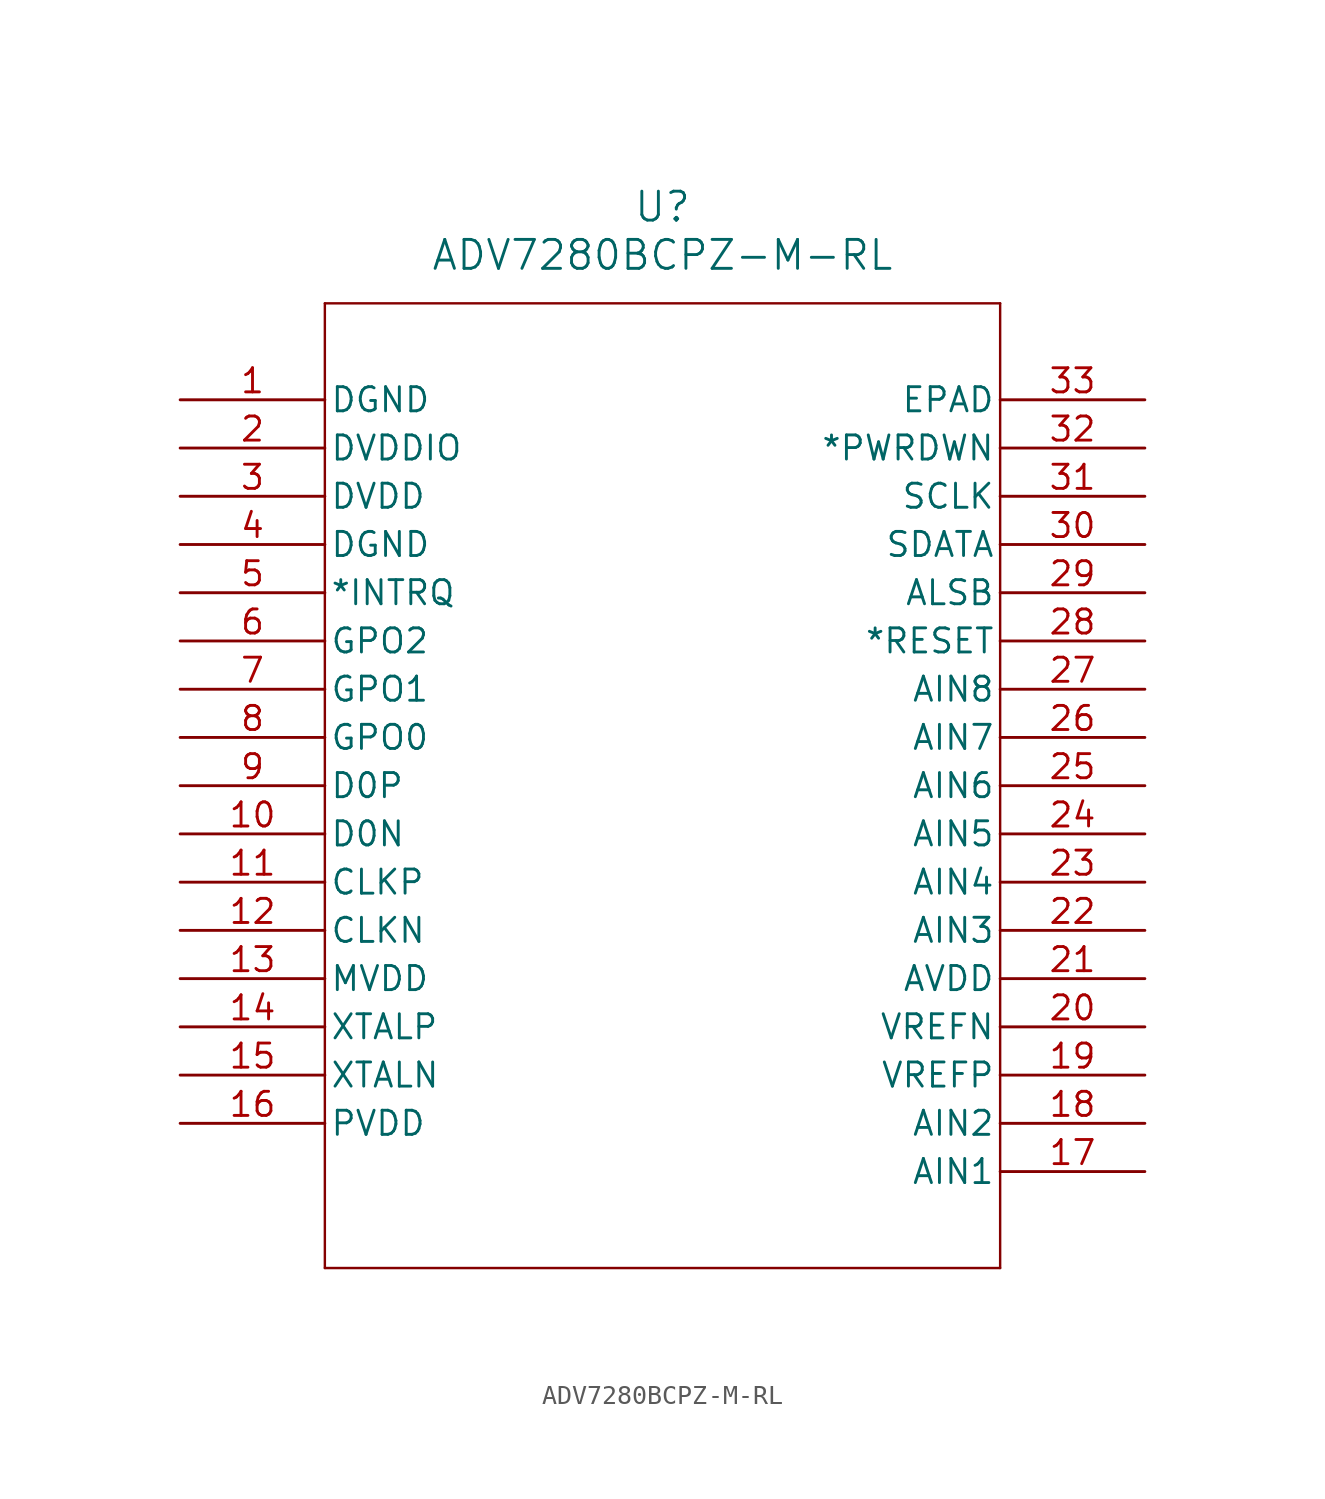
<source format=kicad_sym>
(kicad_symbol_lib
  (version 20211014)
  (generator kicad_symbol_editor)
  (symbol "ADV7280BCPZ-M-RL"
    (pin_names
      (offset 0.254))
    (property "Reference" "U"
      (at 25.4 10.16 0)
      (effects (font (size 1.524 1.524))))
    (property "Value" "ADV7280BCPZ-M-RL"
      (at 25.4 7.62 0)
      (effects (font (size 1.524 1.524))))
    (symbol "ADV7280BCPZ-M-RL_0_1"
      (polyline (pts (xy 7.62 5.08) (xy 7.62 -45.72)) (stroke (width 0.127) (type default) (color 0 0 0 0)) (fill (type none)))
      (polyline (pts (xy 7.62 -45.72) (xy 43.18 -45.72)) (stroke (width 0.127) (type default) (color 0 0 0 0)) (fill (type none)))
      (polyline (pts (xy 43.18 -45.72) (xy 43.18 5.08)) (stroke (width 0.127) (type default) (color 0 0 0 0)) (fill (type none)))
      (polyline (pts (xy 43.18 5.08) (xy 7.62 5.08)) (stroke (width 0.127) (type default) (color 0 0 0 0)) (fill (type none)))
      (pin power_out line (at 0 0 0) (length 7.62) (name "DGND" (effects (font (size 1.27 1.27)))) (number "1" (effects (font (size 1.27 1.27)))))
      (pin power_in line (at 0 -2.54 0) (length 7.62) (name "DVDDIO" (effects (font (size 1.27 1.27)))) (number "2" (effects (font (size 1.27 1.27)))))
      (pin power_in line (at 0 -5.08 0) (length 7.62) (name "DVDD" (effects (font (size 1.27 1.27)))) (number "3" (effects (font (size 1.27 1.27)))))
      (pin power_out line (at 0 -7.62 0) (length 7.62) (name "DGND" (effects (font (size 1.27 1.27)))) (number "4" (effects (font (size 1.27 1.27)))))
      (pin unspecified line (at 0 -10.16 0) (length 7.62) (name "*INTRQ" (effects (font (size 1.27 1.27)))) (number "5" (effects (font (size 1.27 1.27)))))
      (pin bidirectional line (at 0 -12.7 0) (length 7.62) (name "GPO2" (effects (font (size 1.27 1.27)))) (number "6" (effects (font (size 1.27 1.27)))))
      (pin bidirectional line (at 0 -15.24 0) (length 7.62) (name "GPO1" (effects (font (size 1.27 1.27)))) (number "7" (effects (font (size 1.27 1.27)))))
      (pin bidirectional line (at 0 -17.78 0) (length 7.62) (name "GPO0" (effects (font (size 1.27 1.27)))) (number "8" (effects (font (size 1.27 1.27)))))
      (pin bidirectional line (at 0 -20.32 0) (length 7.62) (name "D0P" (effects (font (size 1.27 1.27)))) (number "9" (effects (font (size 1.27 1.27)))))
      (pin bidirectional line (at 0 -22.86 0) (length 7.62) (name "D0N" (effects (font (size 1.27 1.27)))) (number "10" (effects (font (size 1.27 1.27)))))
      (pin unspecified line (at 0 -25.4 0) (length 7.62) (name "CLKP" (effects (font (size 1.27 1.27)))) (number "11" (effects (font (size 1.27 1.27)))))
      (pin unspecified line (at 0 -27.94 0) (length 7.62) (name "CLKN" (effects (font (size 1.27 1.27)))) (number "12" (effects (font (size 1.27 1.27)))))
      (pin power_in line (at 0 -30.48 0) (length 7.62) (name "MVDD" (effects (font (size 1.27 1.27)))) (number "13" (effects (font (size 1.27 1.27)))))
      (pin unspecified line (at 0 -33.02 0) (length 7.62) (name "XTALP" (effects (font (size 1.27 1.27)))) (number "14" (effects (font (size 1.27 1.27)))))
      (pin unspecified line (at 0 -35.56 0) (length 7.62) (name "XTALN" (effects (font (size 1.27 1.27)))) (number "15" (effects (font (size 1.27 1.27)))))
      (pin power_in line (at 0 -38.1 0) (length 7.62) (name "PVDD" (effects (font (size 1.27 1.27)))) (number "16" (effects (font (size 1.27 1.27)))))
      (pin input line (at 50.8 -40.64 180) (length 7.62) (name "AIN1" (effects (font (size 1.27 1.27)))) (number "17" (effects (font (size 1.27 1.27)))))
      (pin input line (at 50.8 -38.1 180) (length 7.62) (name "AIN2" (effects (font (size 1.27 1.27)))) (number "18" (effects (font (size 1.27 1.27)))))
      (pin power_in line (at 50.8 -35.56 180) (length 7.62) (name "VREFP" (effects (font (size 1.27 1.27)))) (number "19" (effects (font (size 1.27 1.27)))))
      (pin power_in line (at 50.8 -33.02 180) (length 7.62) (name "VREFN" (effects (font (size 1.27 1.27)))) (number "20" (effects (font (size 1.27 1.27)))))
      (pin power_in line (at 50.8 -30.48 180) (length 7.62) (name "AVDD" (effects (font (size 1.27 1.27)))) (number "21" (effects (font (size 1.27 1.27)))))
      (pin input line (at 50.8 -27.94 180) (length 7.62) (name "AIN3" (effects (font (size 1.27 1.27)))) (number "22" (effects (font (size 1.27 1.27)))))
      (pin input line (at 50.8 -25.4 180) (length 7.62) (name "AIN4" (effects (font (size 1.27 1.27)))) (number "23" (effects (font (size 1.27 1.27)))))
      (pin input line (at 50.8 -22.86 180) (length 7.62) (name "AIN5" (effects (font (size 1.27 1.27)))) (number "24" (effects (font (size 1.27 1.27)))))
      (pin input line (at 50.8 -20.32 180) (length 7.62) (name "AIN6" (effects (font (size 1.27 1.27)))) (number "25" (effects (font (size 1.27 1.27)))))
      (pin input line (at 50.8 -17.78 180) (length 7.62) (name "AIN7" (effects (font (size 1.27 1.27)))) (number "26" (effects (font (size 1.27 1.27)))))
      (pin input line (at 50.8 -15.24 180) (length 7.62) (name "AIN8" (effects (font (size 1.27 1.27)))) (number "27" (effects (font (size 1.27 1.27)))))
      (pin unspecified line (at 50.8 -12.7 180) (length 7.62) (name "*RESET" (effects (font (size 1.27 1.27)))) (number "28" (effects (font (size 1.27 1.27)))))
      (pin unspecified line (at 50.8 -10.16 180) (length 7.62) (name "ALSB" (effects (font (size 1.27 1.27)))) (number "29" (effects (font (size 1.27 1.27)))))
      (pin unspecified line (at 50.8 -7.62 180) (length 7.62) (name "SDATA" (effects (font (size 1.27 1.27)))) (number "30" (effects (font (size 1.27 1.27)))))
      (pin unspecified line (at 50.8 -5.08 180) (length 7.62) (name "SCLK" (effects (font (size 1.27 1.27)))) (number "31" (effects (font (size 1.27 1.27)))))
      (pin unspecified line (at 50.8 -2.54 180) (length 7.62) (name "*PWRDWN" (effects (font (size 1.27 1.27)))) (number "32" (effects (font (size 1.27 1.27)))))
      (pin unspecified line (at 50.8 0 180) (length 7.62) (name "EPAD" (effects (font (size 1.27 1.27)))) (number "33" (effects (font (size 1.27 1.27))))))))
</source>
